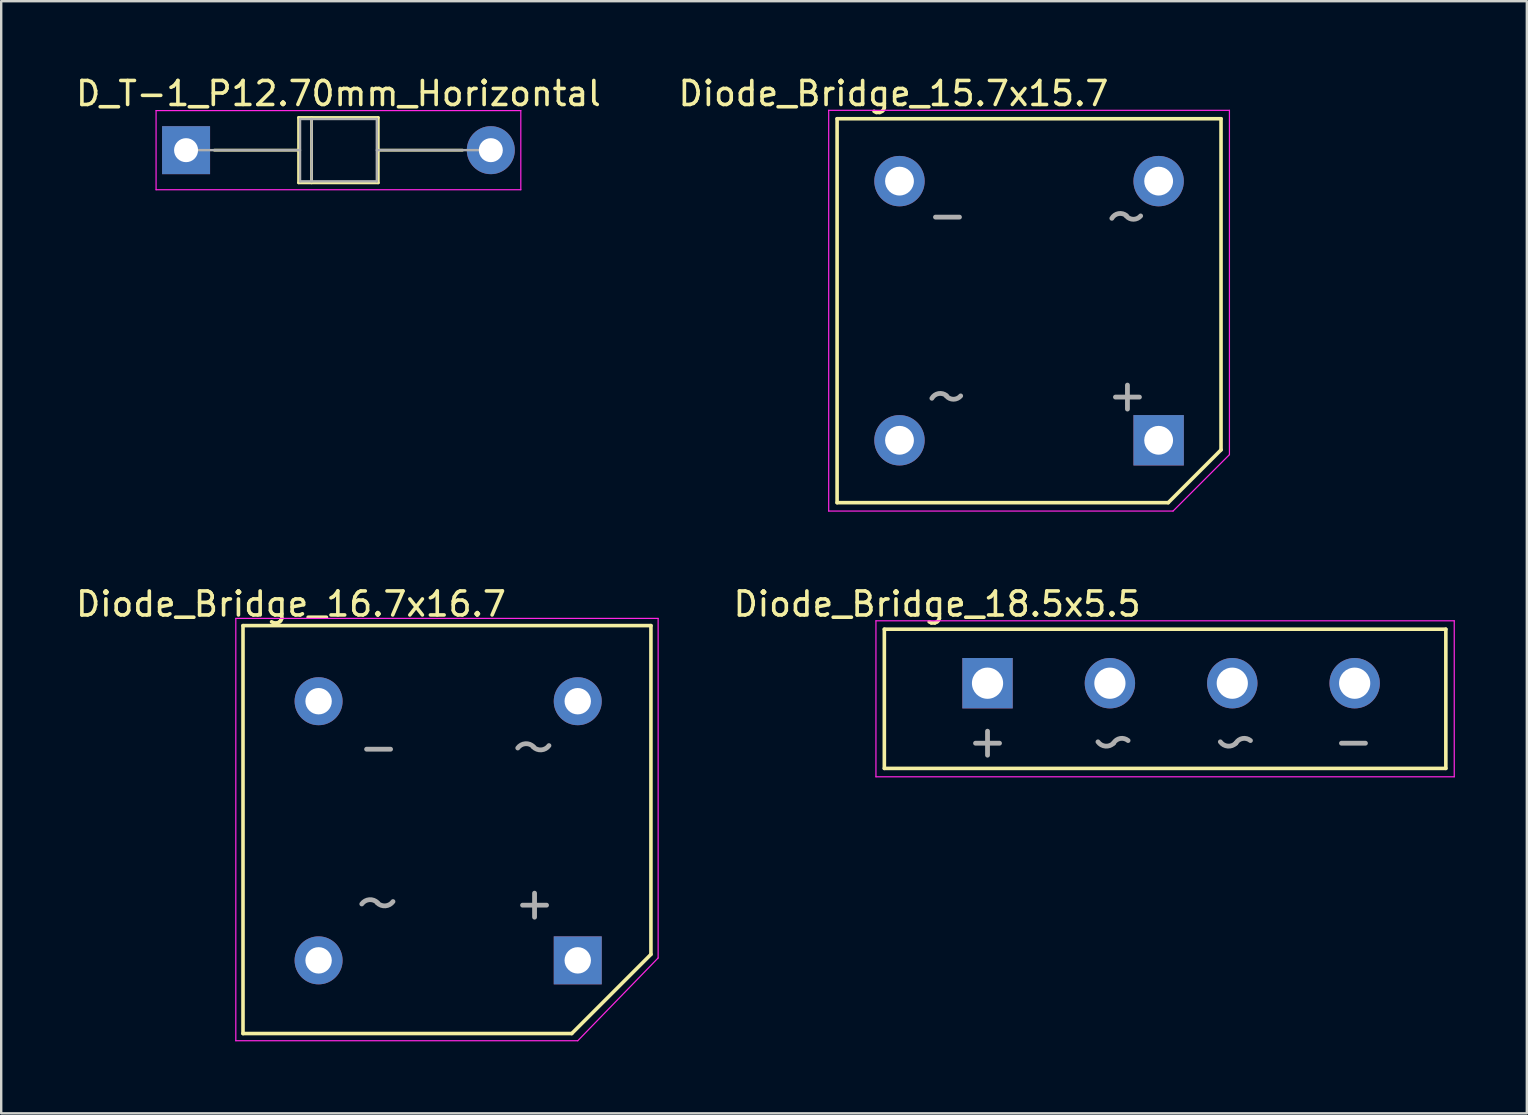
<source format=kicad_pcb>
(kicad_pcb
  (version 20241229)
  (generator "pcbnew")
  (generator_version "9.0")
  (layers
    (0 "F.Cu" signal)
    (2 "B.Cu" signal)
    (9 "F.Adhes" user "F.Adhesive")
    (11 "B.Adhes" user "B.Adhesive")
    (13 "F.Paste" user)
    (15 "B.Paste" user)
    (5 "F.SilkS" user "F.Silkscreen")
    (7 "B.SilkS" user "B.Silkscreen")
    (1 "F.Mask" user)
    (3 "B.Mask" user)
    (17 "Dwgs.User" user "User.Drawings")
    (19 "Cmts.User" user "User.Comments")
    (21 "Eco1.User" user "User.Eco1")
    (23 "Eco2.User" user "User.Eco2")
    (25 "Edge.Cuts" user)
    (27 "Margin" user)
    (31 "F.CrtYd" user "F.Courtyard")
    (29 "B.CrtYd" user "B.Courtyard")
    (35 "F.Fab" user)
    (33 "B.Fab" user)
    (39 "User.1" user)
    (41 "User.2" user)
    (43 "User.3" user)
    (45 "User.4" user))
  (footprint "Diode_Bridge_18.5x5.5"
    (layer "F.Cu")
    (at 38.104 25.422)
    (property "Reference" "Diode_Bridge_18.5x5.5" (at -2.1 -3.3 0) (layer "F.SilkS") (effects (font (size 1 1) (thickness 0.15))))
    (attr through_hole)
    (fp_line (start -4.3 -2.25) (end 19.1 -2.25) (stroke (width 0.15) (type solid)) (layer "F.SilkS"))
    (fp_line (start -4.3 3.55) (end -4.3 -2.25) (stroke (width 0.15) (type solid)) (layer "F.SilkS"))
    (fp_line (start 19.1 -2.25) (end 19.1 3.55) (stroke (width 0.15) (type solid)) (layer "F.SilkS"))
    (fp_line (start 19.1 3.55) (end -4.3 3.55) (stroke (width 0.15) (type solid)) (layer "F.SilkS"))
    (fp_line (start -4.65 -2.6) (end 19.45 -2.6) (stroke (width 0.05) (type solid)) (layer "F.CrtYd"))
    (fp_line (start -4.65 3.9) (end -4.65 -2.6) (stroke (width 0.05) (type solid)) (layer "F.CrtYd"))
    (fp_line (start 19.45 -2.6) (end 19.45 3.9) (stroke (width 0.05) (type solid)) (layer "F.CrtYd"))
    (fp_line (start 19.45 3.9) (end -4.65 3.9) (stroke (width 0.05) (type solid)) (layer "F.CrtYd"))
    (fp_line (start -0.5 2.5) (end 0.5 2.5) (stroke (width 0.2) (type solid)) (layer "F.Fab"))
    (fp_line (start 0 2) (end 0 3) (stroke (width 0.2) (type solid)) (layer "F.Fab"))
    (fp_line (start 14.75 2.5) (end 15.75 2.5) (stroke (width 0.2) (type solid)) (layer "F.Fab"))
    (fp_arc (start 5.25 2.5) (mid 4.913023 2.62265) (end 4.602463 2.443348) (stroke (width 0.2) (type solid)) (layer "F.Fab"))
    (fp_arc (start 5.25 2.5) (mid 5.528233 2.303327) (end 5.857738 2.390047) (stroke (width 0.2) (type solid)) (layer "F.Fab"))
    (fp_arc (start 10.35 2.5) (mid 10.013023 2.62265) (end 9.702463 2.443348) (stroke (width 0.2) (type solid)) (layer "F.Fab"))
    (fp_arc (start 10.35 2.5) (mid 10.628233 2.303327) (end 10.957738 2.390047) (stroke (width 0.2) (type solid)) (layer "F.Fab"))
    (pad "1" thru_hole circle (at 15.3 0) (size 2.1 2.1) (drill 1.3) (layers "*.Cu" "*.Mask"))
    (pad "2" thru_hole circle (at 5.1 0) (size 2.1 2.1) (drill 1.3) (layers "*.Cu" "*.Mask"))
    (pad "3" thru_hole rect (at 0 0) (size 2.1 2.1) (drill 1.3) (layers "*.Cu" "*.Mask"))
    (pad "4" thru_hole circle (at 10.2 0) (size 2.1 2.1) (drill 1.3) (layers "*.Cu" "*.Mask")))
  (footprint "D_T-1_P12.70mm_Horizontal"
    (layer "F.Cu")
    (at 4.704 3.208)
    (property "Reference" "D_T-1_P12.70mm_Horizontal" (at 6.35 -2.36 0) (layer "F.SilkS") (effects (font (size 1 1) (thickness 0.15))))
    (attr through_hole)
    (fp_line (start 1.18 0) (end 4.69 0) (stroke (width 0.12) (type solid)) (layer "F.SilkS"))
    (fp_line (start 4.69 -1.36) (end 4.69 1.36) (stroke (width 0.12) (type solid)) (layer "F.SilkS"))
    (fp_line (start 4.69 1.36) (end 8.01 1.36) (stroke (width 0.12) (type solid)) (layer "F.SilkS"))
    (fp_line (start 5.23 -1.36) (end 5.23 1.36) (stroke (width 0.12) (type solid)) (layer "F.SilkS"))
    (fp_line (start 8.01 -1.36) (end 4.69 -1.36) (stroke (width 0.12) (type solid)) (layer "F.SilkS"))
    (fp_line (start 8.01 1.36) (end 8.01 -1.36) (stroke (width 0.12) (type solid)) (layer "F.SilkS"))
    (fp_line (start 11.52 0) (end 8.01 0) (stroke (width 0.12) (type solid)) (layer "F.SilkS"))
    (fp_line (start -1.25 -1.65) (end -1.25 1.65) (stroke (width 0.05) (type solid)) (layer "F.CrtYd"))
    (fp_line (start -1.25 1.65) (end 13.95 1.65) (stroke (width 0.05) (type solid)) (layer "F.CrtYd"))
    (fp_line (start 13.95 -1.65) (end -1.25 -1.65) (stroke (width 0.05) (type solid)) (layer "F.CrtYd"))
    (fp_line (start 13.95 1.65) (end 13.95 -1.65) (stroke (width 0.05) (type solid)) (layer "F.CrtYd"))
    (fp_line (start 0 0) (end 4.75 0) (stroke (width 0.1) (type solid)) (layer "F.Fab"))
    (fp_line (start 4.75 -1.3) (end 4.75 1.3) (stroke (width 0.1) (type solid)) (layer "F.Fab"))
    (fp_line (start 4.75 1.3) (end 7.95 1.3) (stroke (width 0.1) (type solid)) (layer "F.Fab"))
    (fp_line (start 5.23 -1.3) (end 5.23 1.3) (stroke (width 0.1) (type solid)) (layer "F.Fab"))
    (fp_line (start 7.95 -1.3) (end 4.75 -1.3) (stroke (width 0.1) (type solid)) (layer "F.Fab"))
    (fp_line (start 7.95 1.3) (end 7.95 -1.3) (stroke (width 0.1) (type solid)) (layer "F.Fab"))
    (fp_line (start 12.7 0) (end 7.95 0) (stroke (width 0.1) (type solid)) (layer "F.Fab"))
    (pad "1" thru_hole rect (at 0 0) (size 2 2) (drill 1) (layers "*.Cu" "*.Mask"))
    (pad "2" thru_hole oval (at 12.7 0) (size 2 2) (drill 1) (layers "*.Cu" "*.Mask")))
  (footprint "Diode_Bridge_15.7x15.7"
    (layer "F.Cu")
    (at 34.435 4.498)
    (property "Reference" "Diode_Bridge_15.7x15.7" (at -0.25 -3.65 0) (layer "F.SilkS") (effects (font (size 1 1) (thickness 0.15))))
    (attr through_hole)
    (fp_line (start -2.6 -2.6) (end 13.4 -2.6) (stroke (width 0.15) (type solid)) (layer "F.SilkS"))
    (fp_line (start -2.6 13.4) (end -2.6 -2.6) (stroke (width 0.15) (type solid)) (layer "F.SilkS"))
    (fp_line (start 11.2 13.4) (end -2.6 13.4) (stroke (width 0.15) (type solid)) (layer "F.SilkS"))
    (fp_line (start 13.4 -2.6) (end 13.4 11.2) (stroke (width 0.15) (type solid)) (layer "F.SilkS"))
    (fp_line (start 13.4 11.2) (end 11.2 13.4) (stroke (width 0.15) (type solid)) (layer "F.SilkS"))
    (fp_line (start -2.95 -2.95) (end 13.75 -2.95) (stroke (width 0.05) (type solid)) (layer "F.CrtYd"))
    (fp_line (start -2.95 13.75) (end -2.95 -2.95) (stroke (width 0.05) (type solid)) (layer "F.CrtYd"))
    (fp_line (start 11.4 13.75) (end -2.95 13.75) (stroke (width 0.05) (type solid)) (layer "F.CrtYd"))
    (fp_line (start 13.75 -2.95) (end 13.75 11.4) (stroke (width 0.05) (type solid)) (layer "F.CrtYd"))
    (fp_line (start 13.75 11.4) (end 11.4 13.75) (stroke (width 0.05) (type solid)) (layer "F.CrtYd"))
    (fp_line (start 2.5 1.5) (end 1.5 1.5) (stroke (width 0.2) (type solid)) (layer "F.Fab"))
    (fp_line (start 9 9) (end 10 9) (stroke (width 0.2) (type solid)) (layer "F.Fab"))
    (fp_line (start 9.5 8.5) (end 9.5 9.5) (stroke (width 0.2) (type solid)) (layer "F.Fab"))
    (fp_arc (start 1.35 9.05) (mid 1.628233 8.853327) (end 1.957738 8.940047) (stroke (width 0.2) (type solid)) (layer "F.Fab"))
    (fp_arc (start 2.55 8.95) (mid 2.251325 9.09051) (end 1.951704 8.95203) (stroke (width 0.2) (type solid)) (layer "F.Fab"))
    (fp_arc (start 8.85 1.55) (mid 9.128233 1.353327) (end 9.457738 1.440047) (stroke (width 0.2) (type solid)) (layer "F.Fab"))
    (fp_arc (start 10.05 1.45) (mid 9.751325 1.59051) (end 9.451704 1.45203) (stroke (width 0.2) (type solid)) (layer "F.Fab"))
    (pad "1" thru_hole circle (at 0 0) (size 2.1 2.1) (drill 1.2) (layers "*.Cu" "*.Mask"))
    (pad "2" thru_hole circle (at 0 10.8) (size 2.1 2.1) (drill 1.2) (layers "*.Cu" "*.Mask"))
    (pad "3" thru_hole rect (at 10.8 10.8) (size 2.1 2.1) (drill 1.2) (layers "*.Cu" "*.Mask"))
    (pad "4" thru_hole circle (at 10.8 0) (size 2.1 2.1) (drill 1.2) (layers "*.Cu" "*.Mask")))
  (footprint "Diode_Bridge_16.7x16.7"
    (layer "F.Cu")
    (at 10.227 26.172)
    (property "Reference" "Diode_Bridge_16.7x16.7" (at -1.15 -4.05 0) (layer "F.SilkS") (effects (font (size 1 1) (thickness 0.15))))
    (attr through_hole)
    (fp_line (start -3.15 -3.15) (end 13.85 -3.15) (stroke (width 0.15) (type solid)) (layer "F.SilkS"))
    (fp_line (start -3.15 13.85) (end -3.15 -3.15) (stroke (width 0.15) (type solid)) (layer "F.SilkS"))
    (fp_line (start 10.55 13.85) (end -3.15 13.85) (stroke (width 0.15) (type solid)) (layer "F.SilkS"))
    (fp_line (start 13.85 -3.15) (end 13.85 10.55) (stroke (width 0.15) (type solid)) (layer "F.SilkS"))
    (fp_line (start 13.85 10.55) (end 10.55 13.85) (stroke (width 0.15) (type solid)) (layer "F.SilkS"))
    (fp_line (start -3.45 -3.45) (end 14.15 -3.45) (stroke (width 0.05) (type solid)) (layer "F.CrtYd"))
    (fp_line (start -3.45 14.15) (end -3.45 -3.45) (stroke (width 0.05) (type solid)) (layer "F.CrtYd"))
    (fp_line (start 10.8 14.15) (end -3.45 14.15) (stroke (width 0.05) (type solid)) (layer "F.CrtYd"))
    (fp_line (start 14.15 -3.45) (end 14.15 10.7) (stroke (width 0.05) (type solid)) (layer "F.CrtYd"))
    (fp_line (start 14.15 10.7) (end 10.8 14.15) (stroke (width 0.05) (type solid)) (layer "F.CrtYd"))
    (fp_line (start 2 2) (end 3 2) (stroke (width 0.2) (type solid)) (layer "F.Fab"))
    (fp_line (start 8.5 8.5) (end 9.5 8.5) (stroke (width 0.2) (type solid)) (layer "F.Fab"))
    (fp_line (start 9 8) (end 9 9) (stroke (width 0.2) (type solid)) (layer "F.Fab"))
    (fp_arc (start 1.8 8.45) (mid 2.116535 8.271188) (end 2.456979 8.398729) (stroke (width 0.2) (type solid)) (layer "F.Fab"))
    (fp_arc (start 3.1 8.35) (mid 2.783465 8.528812) (end 2.443021 8.401271) (stroke (width 0.2) (type solid)) (layer "F.Fab"))
    (fp_arc (start 8.3 1.95) (mid 8.616535 1.771188) (end 8.956979 1.898729) (stroke (width 0.2) (type solid)) (layer "F.Fab"))
    (fp_arc (start 9.6 1.85) (mid 9.283465 2.028812) (end 8.943021 1.901271) (stroke (width 0.2) (type solid)) (layer "F.Fab"))
    (pad "1" thru_hole circle (at 0 0) (size 2 2) (drill 1.1) (layers "*.Cu" "*.Mask"))
    (pad "2" thru_hole circle (at 0 10.8) (size 2 2) (drill 1.1) (layers "*.Cu" "*.Mask"))
    (pad "3" thru_hole rect (at 10.8 10.8) (size 2 2) (drill 1.1) (layers "*.Cu" "*.Mask"))
    (pad "4" thru_hole circle (at 10.8 0) (size 2 2) (drill 1.1) (layers "*.Cu" "*.Mask")))
  (gr_rect
    (start -3 -3)
    (end 60.579 43.346)
    (stroke (width 0.1) (type default))
    (fill no)
    (layer "Edge.Cuts")))
</source>
